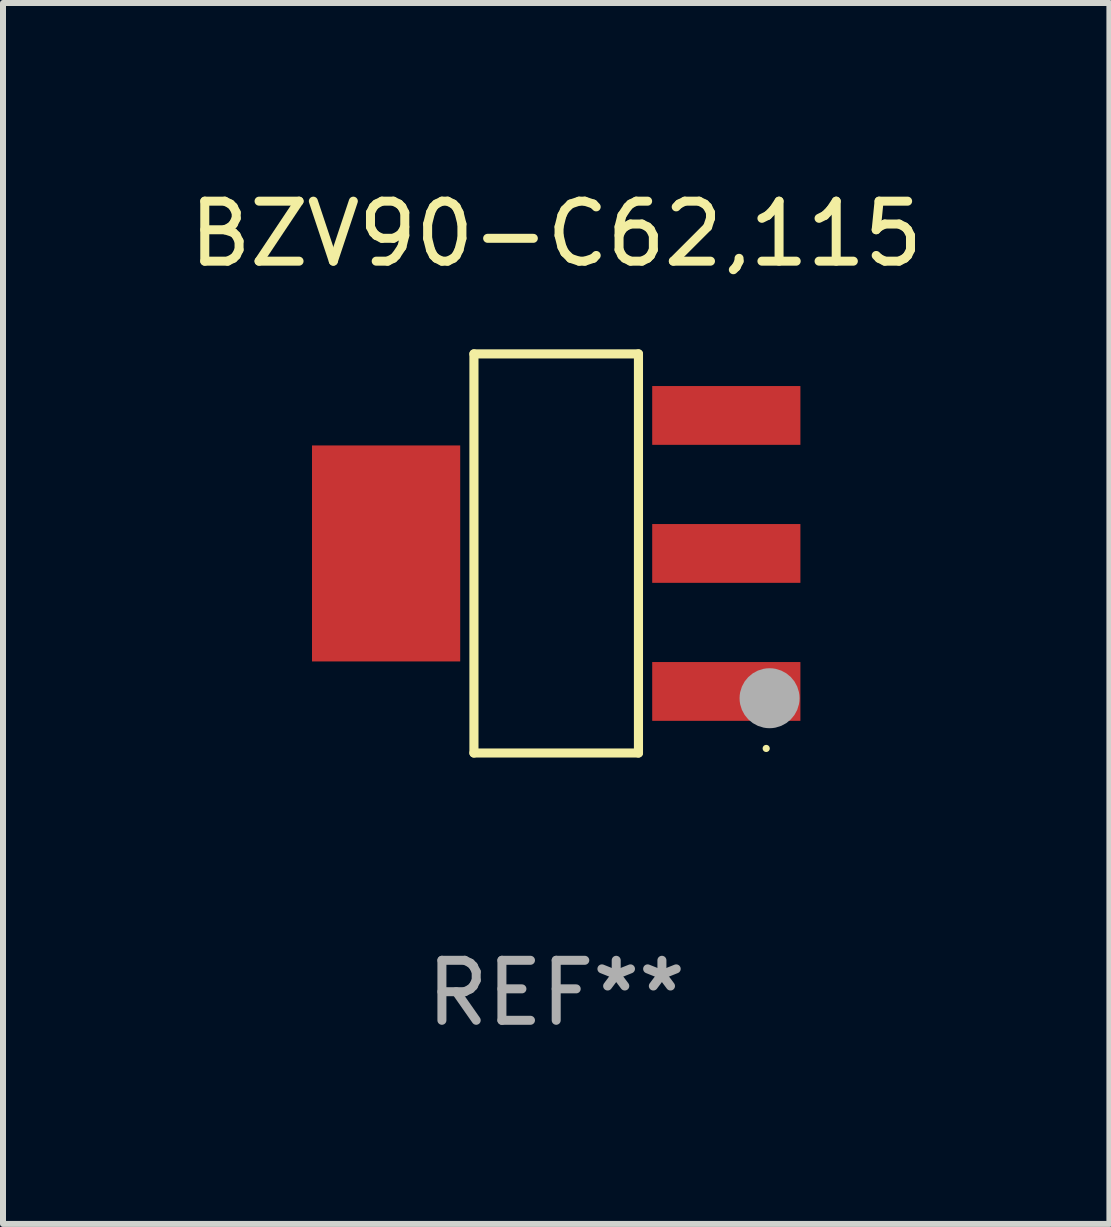
<source format=kicad_pcb>
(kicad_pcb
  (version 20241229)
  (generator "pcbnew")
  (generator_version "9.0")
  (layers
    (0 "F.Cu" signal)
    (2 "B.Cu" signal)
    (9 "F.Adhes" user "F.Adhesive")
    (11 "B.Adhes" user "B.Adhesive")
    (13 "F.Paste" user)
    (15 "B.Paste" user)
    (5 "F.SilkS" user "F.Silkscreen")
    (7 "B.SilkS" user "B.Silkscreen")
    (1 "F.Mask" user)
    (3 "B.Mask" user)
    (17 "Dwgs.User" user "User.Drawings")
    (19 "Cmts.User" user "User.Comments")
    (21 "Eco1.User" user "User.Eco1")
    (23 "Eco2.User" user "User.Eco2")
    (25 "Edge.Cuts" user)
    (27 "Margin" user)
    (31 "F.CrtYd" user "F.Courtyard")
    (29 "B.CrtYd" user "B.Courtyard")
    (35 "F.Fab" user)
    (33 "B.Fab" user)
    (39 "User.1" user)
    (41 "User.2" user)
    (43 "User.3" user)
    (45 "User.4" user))
  (footprint "BZV90-C62,115"
    (layer "F.Cu")
    (at 6.22 6.174)
    (property "Reference" "BZV90-C62,115" (at 0 -5.326 0) (layer "F.SilkS") (effects (font (size 1 1) (thickness 0.15))))
    (attr through_hole)
    (fp_line (start -1.371 -3.326) (end 1.371 -3.326) (stroke (width 0.152) (type solid)) (layer "F.SilkS"))
    (fp_line (start -1.371 3.326) (end -1.371 -3.326) (stroke (width 0.152) (type solid)) (layer "F.SilkS"))
    (fp_line (start 1.371 -3.326) (end 1.371 3.326) (stroke (width 0.152) (type solid)) (layer "F.SilkS"))
    (fp_line (start 1.371 3.326) (end -1.371 3.326) (stroke (width 0.152) (type solid)) (layer "F.SilkS"))
    (fp_circle (center 3.5 3.25) (end 3.53 3.25) (stroke (width 0.06) (type solid)) (fill no) (layer "F.SilkS"))
    (fp_circle (center 3.556 2.413) (end 3.806 2.413) (stroke (width 0.5) (type solid)) (fill no) (layer "F.Fab"))
    (fp_text user "REF**" (at 0 7.326 0) (layer "F.Fab") (effects (font (size 1 1) (thickness 0.15))))
    (pad "1" smd rect (at 2.835 2.3) (size 2.47 0.98) (layers "F.Cu" "F.Mask" "F.Paste"))
    (pad "2" smd rect (at 2.835 0) (size 2.47 0.98) (layers "F.Cu" "F.Mask" "F.Paste"))
    (pad "3" smd rect (at 2.835 -2.3) (size 2.47 0.98) (layers "F.Cu" "F.Mask" "F.Paste"))
    (pad "4" smd rect (at -2.835 0) (size 2.47 3.6) (layers "F.Cu" "F.Mask" "F.Paste")))
  (gr_rect
    (start -3 -3)
    (end 15.44 17.349)
    (stroke (width 0.1) (type default))
    (fill no)
    (layer "Edge.Cuts")))
</source>
